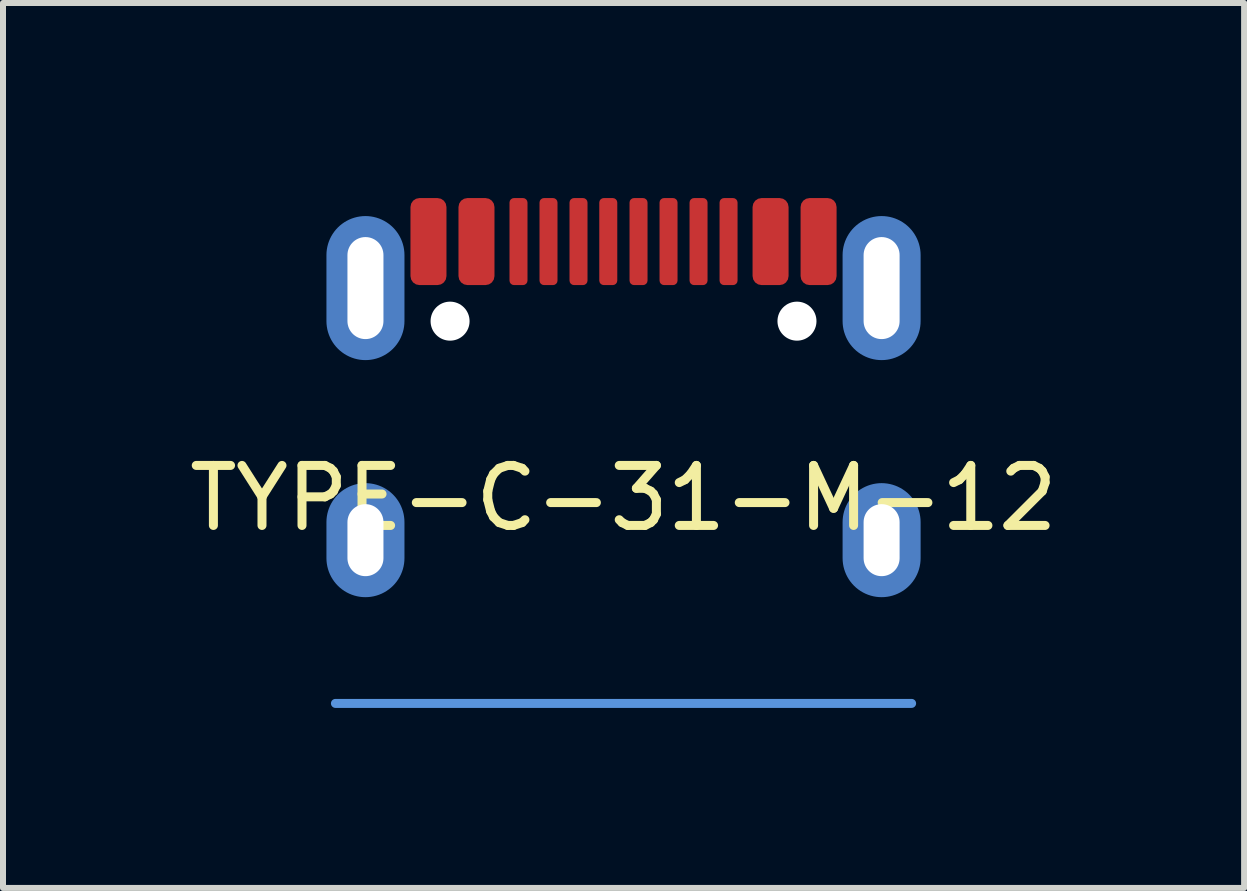
<source format=kicad_pcb>
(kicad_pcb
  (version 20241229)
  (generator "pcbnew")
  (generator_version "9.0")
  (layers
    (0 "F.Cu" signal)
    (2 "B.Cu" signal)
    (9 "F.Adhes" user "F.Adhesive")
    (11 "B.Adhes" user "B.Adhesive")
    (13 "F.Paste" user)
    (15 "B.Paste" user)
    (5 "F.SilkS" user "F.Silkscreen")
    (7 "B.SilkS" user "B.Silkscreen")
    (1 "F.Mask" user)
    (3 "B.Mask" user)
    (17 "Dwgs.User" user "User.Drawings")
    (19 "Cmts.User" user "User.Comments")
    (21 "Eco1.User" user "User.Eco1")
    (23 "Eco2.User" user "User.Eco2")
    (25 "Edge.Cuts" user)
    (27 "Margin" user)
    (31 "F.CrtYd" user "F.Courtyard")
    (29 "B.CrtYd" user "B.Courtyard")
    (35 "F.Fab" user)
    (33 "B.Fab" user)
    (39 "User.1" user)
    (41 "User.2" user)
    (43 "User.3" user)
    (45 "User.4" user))
  (footprint "TYPE-C-31-M-12"
    (layer "F.Cu")
    (at 7.339 0.25)
    (property "Reference" "TYPE-C-31-M-12" (at 0 5 0) (layer "F.SilkS") (effects (font (size 1 1) (thickness 0.15))))
    (attr through_hole)
    (fp_line (start 4.8 8.42) (end -4.8 8.42) (stroke (width 0.15) (type solid)) (layer "Cmts.User"))
    (pad "" np_thru_hole circle (at -2.89 2.051) (size 0.65 0.65) (drill 0.65) (layers "*.Cu" "*.Mask"))
    (pad "" np_thru_hole circle (at 2.89 2.051) (size 0.65 0.65) (drill 0.65) (layers "*.Cu" "*.Mask"))
    (pad "A1" smd roundrect (at -3.25 1.275) (size 0.6 1.45) (drill (offset 0 -0.55)) (layers "F.Cu" "F.Mask" "F.Paste") (roundrect_rratio 0.25))
    (pad "A4" smd roundrect (at -2.45 1.275) (size 0.6 1.45) (drill (offset 0 -0.55)) (layers "F.Cu" "F.Mask" "F.Paste") (roundrect_rratio 0.25))
    (pad "A5" smd roundrect (at -1.25 1.275) (size 0.3 1.45) (drill (offset 0 -0.55)) (layers "F.Cu" "F.Mask" "F.Paste") (roundrect_rratio 0.25))
    (pad "A6" smd roundrect (at -0.254 1.275) (size 0.3 1.45) (drill (offset 0 -0.55)) (layers "F.Cu" "F.Mask" "F.Paste") (roundrect_rratio 0.25))
    (pad "A7" smd roundrect (at 0.25 1.275) (size 0.3 1.45) (drill (offset 0 -0.55)) (layers "F.Cu" "F.Mask" "F.Paste") (roundrect_rratio 0.25))
    (pad "A8" smd roundrect (at 1.25 1.275) (size 0.3 1.45) (drill (offset 0 -0.55)) (layers "F.Cu" "F.Mask" "F.Paste") (roundrect_rratio 0.25))
    (pad "B1" smd roundrect (at 3.25 1.275) (size 0.6 1.45) (drill (offset 0 -0.55)) (layers "F.Cu" "F.Mask" "F.Paste") (roundrect_rratio 0.25))
    (pad "B4" smd roundrect (at 2.45 1.275) (size 0.6 1.45) (drill (offset 0 -0.55)) (layers "F.Cu" "F.Mask" "F.Paste") (roundrect_rratio 0.25))
    (pad "B5" smd roundrect (at 1.75 1.275) (size 0.3 1.45) (drill (offset 0 -0.55)) (layers "F.Cu" "F.Mask" "F.Paste") (roundrect_rratio 0.25))
    (pad "B6" smd roundrect (at 0.75 1.275) (size 0.3 1.45) (drill (offset 0 -0.55)) (layers "F.Cu" "F.Mask" "F.Paste") (roundrect_rratio 0.25))
    (pad "B7" smd roundrect (at -0.75 1.275) (size 0.3 1.45) (drill (offset 0 -0.55)) (layers "F.Cu" "F.Mask" "F.Paste") (roundrect_rratio 0.25))
    (pad "B8" smd roundrect (at -1.75 1.275) (size 0.3 1.45) (drill (offset 0 -0.55)) (layers "F.Cu" "F.Mask" "F.Paste") (roundrect_rratio 0.25))
    (pad "S" thru_hole oval (at -4.3 1.5) (size 1 2.1) (drill oval 0.6 1.7) (layers "*.Cu" "*.Mask"))
    (pad "S" smd oval (at -4.3 1.5) (size 1.3 2.4) (layers "B.Cu" "B.Mask"))
    (pad "S" thru_hole oval (at -4.3 5.7) (size 1 1.6) (drill oval 0.6 1.2) (layers "*.Cu" "*.Mask"))
    (pad "S" smd oval (at -4.3 5.7) (size 1.3 1.9) (layers "B.Cu" "B.Mask"))
    (pad "S" thru_hole oval (at 4.3 1.5) (size 1 2.1) (drill oval 0.6 1.7) (layers "*.Cu" "*.Mask"))
    (pad "S" smd oval (at 4.3 1.5) (size 1.3 2.4) (layers "B.Cu" "B.Mask"))
    (pad "S" thru_hole oval (at 4.3 5.7) (size 1 1.6) (drill oval 0.6 1.2) (layers "*.Cu" "*.Mask"))
    (pad "S" smd oval (at 4.3 5.7) (size 1.3 1.9) (layers "B.Cu" "B.Mask")))
  (gr_rect
    (start -3 -3)
    (end 17.679 11.745)
    (stroke (width 0.1) (type default))
    (fill no)
    (layer "Edge.Cuts")))
</source>
